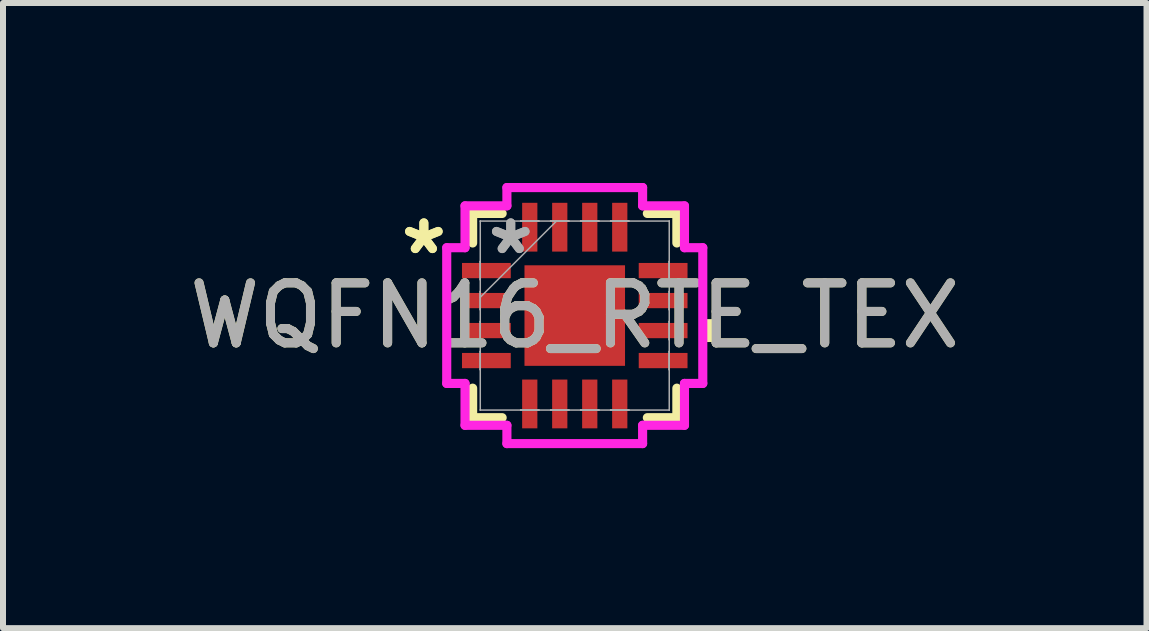
<source format=kicad_pcb>
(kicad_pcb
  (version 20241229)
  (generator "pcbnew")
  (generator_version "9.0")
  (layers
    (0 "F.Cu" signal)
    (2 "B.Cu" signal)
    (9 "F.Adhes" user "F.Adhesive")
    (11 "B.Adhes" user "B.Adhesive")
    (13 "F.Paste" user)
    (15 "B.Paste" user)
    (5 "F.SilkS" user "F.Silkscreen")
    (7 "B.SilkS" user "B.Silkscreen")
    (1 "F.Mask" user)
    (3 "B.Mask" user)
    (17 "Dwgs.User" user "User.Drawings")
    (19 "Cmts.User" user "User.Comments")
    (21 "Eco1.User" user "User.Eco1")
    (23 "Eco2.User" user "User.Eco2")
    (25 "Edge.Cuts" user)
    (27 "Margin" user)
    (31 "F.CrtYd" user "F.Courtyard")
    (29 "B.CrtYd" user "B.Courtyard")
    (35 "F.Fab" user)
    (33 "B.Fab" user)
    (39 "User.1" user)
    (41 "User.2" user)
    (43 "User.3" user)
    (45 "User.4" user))
  (footprint "WQFN16_RTE_TEX"
    (layer "F.Cu")
    (at 6.53 2.21)
    (property "Reference" "WQFN16_RTE_TEX" (at 0 0 0) (unlocked yes) (layer "F.SilkS") (effects (font (size 1 1) (thickness 0.15))))
    (attr smd)
    (fp_line (start -1.702 -1.702) (end -1.702 -1.21) (stroke (width 0.152) (type solid)) (layer "F.SilkS"))
    (fp_line (start -1.702 1.21) (end -1.702 1.702) (stroke (width 0.152) (type solid)) (layer "F.SilkS"))
    (fp_line (start -1.702 1.702) (end -1.21 1.702) (stroke (width 0.152) (type solid)) (layer "F.SilkS"))
    (fp_line (start -1.21 -1.702) (end -1.702 -1.702) (stroke (width 0.152) (type solid)) (layer "F.SilkS"))
    (fp_line (start 1.21 1.702) (end 1.702 1.702) (stroke (width 0.152) (type solid)) (layer "F.SilkS"))
    (fp_line (start 1.702 -1.702) (end 1.21 -1.702) (stroke (width 0.152) (type solid)) (layer "F.SilkS"))
    (fp_line (start 1.702 -1.21) (end 1.702 -1.702) (stroke (width 0.152) (type solid)) (layer "F.SilkS"))
    (fp_line (start 1.702 1.702) (end 1.702 1.21) (stroke (width 0.152) (type solid)) (layer "F.SilkS"))
    (fp_poly (pts (xy 2.388 0.059) (xy 2.388 0.441) (xy 2.134 0.441) (xy 2.134 0.059)) (stroke (width 0) (type solid)) (fill yes) (layer "F.SilkS"))
    (fp_line (start -2.134 -1.131) (end -1.829 -1.131) (stroke (width 0.152) (type solid)) (layer "F.CrtYd"))
    (fp_line (start -2.134 1.131) (end -2.134 -1.131) (stroke (width 0.152) (type solid)) (layer "F.CrtYd"))
    (fp_line (start -1.829 -1.829) (end -1.131 -1.829) (stroke (width 0.152) (type solid)) (layer "F.CrtYd"))
    (fp_line (start -1.829 -1.131) (end -1.829 -1.829) (stroke (width 0.152) (type solid)) (layer "F.CrtYd"))
    (fp_line (start -1.829 1.131) (end -2.134 1.131) (stroke (width 0.152) (type solid)) (layer "F.CrtYd"))
    (fp_line (start -1.829 1.829) (end -1.829 1.131) (stroke (width 0.152) (type solid)) (layer "F.CrtYd"))
    (fp_line (start -1.131 -2.134) (end 1.131 -2.134) (stroke (width 0.152) (type solid)) (layer "F.CrtYd"))
    (fp_line (start -1.131 -1.829) (end -1.131 -2.134) (stroke (width 0.152) (type solid)) (layer "F.CrtYd"))
    (fp_line (start -1.131 1.829) (end -1.829 1.829) (stroke (width 0.152) (type solid)) (layer "F.CrtYd"))
    (fp_line (start -1.131 2.134) (end -1.131 1.829) (stroke (width 0.152) (type solid)) (layer "F.CrtYd"))
    (fp_line (start 1.131 -2.134) (end 1.131 -1.829) (stroke (width 0.152) (type solid)) (layer "F.CrtYd"))
    (fp_line (start 1.131 -1.829) (end 1.829 -1.829) (stroke (width 0.152) (type solid)) (layer "F.CrtYd"))
    (fp_line (start 1.131 1.829) (end 1.131 2.134) (stroke (width 0.152) (type solid)) (layer "F.CrtYd"))
    (fp_line (start 1.131 2.134) (end -1.131 2.134) (stroke (width 0.152) (type solid)) (layer "F.CrtYd"))
    (fp_line (start 1.829 -1.829) (end 1.829 -1.131) (stroke (width 0.152) (type solid)) (layer "F.CrtYd"))
    (fp_line (start 1.829 -1.131) (end 2.134 -1.131) (stroke (width 0.152) (type solid)) (layer "F.CrtYd"))
    (fp_line (start 1.829 1.131) (end 1.829 1.829) (stroke (width 0.152) (type solid)) (layer "F.CrtYd"))
    (fp_line (start 1.829 1.829) (end 1.131 1.829) (stroke (width 0.152) (type solid)) (layer "F.CrtYd"))
    (fp_line (start 2.134 -1.131) (end 2.134 1.131) (stroke (width 0.152) (type solid)) (layer "F.CrtYd"))
    (fp_line (start 2.134 1.131) (end 1.829 1.131) (stroke (width 0.152) (type solid)) (layer "F.CrtYd"))
    (fp_line (start -1.575 -1.575) (end -1.575 -1.575) (stroke (width 0.025) (type solid)) (layer "F.Fab"))
    (fp_line (start -1.575 -1.575) (end -1.575 1.575) (stroke (width 0.025) (type solid)) (layer "F.Fab"))
    (fp_line (start -1.575 -0.902) (end -1.575 -0.902) (stroke (width 0.025) (type solid)) (layer "F.Fab"))
    (fp_line (start -1.575 -0.902) (end -1.575 -0.598) (stroke (width 0.025) (type solid)) (layer "F.Fab"))
    (fp_line (start -1.575 -0.598) (end -1.575 -0.902) (stroke (width 0.025) (type solid)) (layer "F.Fab"))
    (fp_line (start -1.575 -0.598) (end -1.575 -0.598) (stroke (width 0.025) (type solid)) (layer "F.Fab"))
    (fp_line (start -1.575 -0.402) (end -1.575 -0.402) (stroke (width 0.025) (type solid)) (layer "F.Fab"))
    (fp_line (start -1.575 -0.402) (end -1.575 -0.098) (stroke (width 0.025) (type solid)) (layer "F.Fab"))
    (fp_line (start -1.575 -0.305) (end -0.305 -1.575) (stroke (width 0.025) (type solid)) (layer "F.Fab"))
    (fp_line (start -1.575 -0.098) (end -1.575 -0.402) (stroke (width 0.025) (type solid)) (layer "F.Fab"))
    (fp_line (start -1.575 -0.098) (end -1.575 -0.098) (stroke (width 0.025) (type solid)) (layer "F.Fab"))
    (fp_line (start -1.575 0.098) (end -1.575 0.098) (stroke (width 0.025) (type solid)) (layer "F.Fab"))
    (fp_line (start -1.575 0.098) (end -1.575 0.402) (stroke (width 0.025) (type solid)) (layer "F.Fab"))
    (fp_line (start -1.575 0.402) (end -1.575 0.098) (stroke (width 0.025) (type solid)) (layer "F.Fab"))
    (fp_line (start -1.575 0.402) (end -1.575 0.402) (stroke (width 0.025) (type solid)) (layer "F.Fab"))
    (fp_line (start -1.575 0.598) (end -1.575 0.598) (stroke (width 0.025) (type solid)) (layer "F.Fab"))
    (fp_line (start -1.575 0.598) (end -1.575 0.902) (stroke (width 0.025) (type solid)) (layer "F.Fab"))
    (fp_line (start -1.575 0.902) (end -1.575 0.598) (stroke (width 0.025) (type solid)) (layer "F.Fab"))
    (fp_line (start -1.575 0.902) (end -1.575 0.902) (stroke (width 0.025) (type solid)) (layer "F.Fab"))
    (fp_line (start -1.575 1.575) (end -1.575 1.575) (stroke (width 0.025) (type solid)) (layer "F.Fab"))
    (fp_line (start -1.575 1.575) (end 1.575 1.575) (stroke (width 0.025) (type solid)) (layer "F.Fab"))
    (fp_line (start -0.902 -1.575) (end -0.902 -1.575) (stroke (width 0.025) (type solid)) (layer "F.Fab"))
    (fp_line (start -0.902 -1.575) (end -0.598 -1.575) (stroke (width 0.025) (type solid)) (layer "F.Fab"))
    (fp_line (start -0.902 1.575) (end -0.902 1.575) (stroke (width 0.025) (type solid)) (layer "F.Fab"))
    (fp_line (start -0.902 1.575) (end -0.598 1.575) (stroke (width 0.025) (type solid)) (layer "F.Fab"))
    (fp_line (start -0.598 -1.575) (end -0.902 -1.575) (stroke (width 0.025) (type solid)) (layer "F.Fab"))
    (fp_line (start -0.598 -1.575) (end -0.598 -1.575) (stroke (width 0.025) (type solid)) (layer "F.Fab"))
    (fp_line (start -0.598 1.575) (end -0.902 1.575) (stroke (width 0.025) (type solid)) (layer "F.Fab"))
    (fp_line (start -0.598 1.575) (end -0.598 1.575) (stroke (width 0.025) (type solid)) (layer "F.Fab"))
    (fp_line (start -0.402 -1.575) (end -0.402 -1.575) (stroke (width 0.025) (type solid)) (layer "F.Fab"))
    (fp_line (start -0.402 -1.575) (end -0.098 -1.575) (stroke (width 0.025) (type solid)) (layer "F.Fab"))
    (fp_line (start -0.402 1.575) (end -0.402 1.575) (stroke (width 0.025) (type solid)) (layer "F.Fab"))
    (fp_line (start -0.402 1.575) (end -0.098 1.575) (stroke (width 0.025) (type solid)) (layer "F.Fab"))
    (fp_line (start -0.098 -1.575) (end -0.402 -1.575) (stroke (width 0.025) (type solid)) (layer "F.Fab"))
    (fp_line (start -0.098 -1.575) (end -0.098 -1.575) (stroke (width 0.025) (type solid)) (layer "F.Fab"))
    (fp_line (start -0.098 1.575) (end -0.402 1.575) (stroke (width 0.025) (type solid)) (layer "F.Fab"))
    (fp_line (start -0.098 1.575) (end -0.098 1.575) (stroke (width 0.025) (type solid)) (layer "F.Fab"))
    (fp_line (start 0.098 -1.575) (end 0.098 -1.575) (stroke (width 0.025) (type solid)) (layer "F.Fab"))
    (fp_line (start 0.098 -1.575) (end 0.402 -1.575) (stroke (width 0.025) (type solid)) (layer "F.Fab"))
    (fp_line (start 0.098 1.575) (end 0.098 1.575) (stroke (width 0.025) (type solid)) (layer "F.Fab"))
    (fp_line (start 0.098 1.575) (end 0.402 1.575) (stroke (width 0.025) (type solid)) (layer "F.Fab"))
    (fp_line (start 0.402 -1.575) (end 0.098 -1.575) (stroke (width 0.025) (type solid)) (layer "F.Fab"))
    (fp_line (start 0.402 -1.575) (end 0.402 -1.575) (stroke (width 0.025) (type solid)) (layer "F.Fab"))
    (fp_line (start 0.402 1.575) (end 0.098 1.575) (stroke (width 0.025) (type solid)) (layer "F.Fab"))
    (fp_line (start 0.402 1.575) (end 0.402 1.575) (stroke (width 0.025) (type solid)) (layer "F.Fab"))
    (fp_line (start 0.598 -1.575) (end 0.598 -1.575) (stroke (width 0.025) (type solid)) (layer "F.Fab"))
    (fp_line (start 0.598 -1.575) (end 0.902 -1.575) (stroke (width 0.025) (type solid)) (layer "F.Fab"))
    (fp_line (start 0.598 1.575) (end 0.598 1.575) (stroke (width 0.025) (type solid)) (layer "F.Fab"))
    (fp_line (start 0.598 1.575) (end 0.902 1.575) (stroke (width 0.025) (type solid)) (layer "F.Fab"))
    (fp_line (start 0.902 -1.575) (end 0.598 -1.575) (stroke (width 0.025) (type solid)) (layer "F.Fab"))
    (fp_line (start 0.902 -1.575) (end 0.902 -1.575) (stroke (width 0.025) (type solid)) (layer "F.Fab"))
    (fp_line (start 0.902 1.575) (end 0.598 1.575) (stroke (width 0.025) (type solid)) (layer "F.Fab"))
    (fp_line (start 0.902 1.575) (end 0.902 1.575) (stroke (width 0.025) (type solid)) (layer "F.Fab"))
    (fp_line (start 1.575 -1.575) (end -1.575 -1.575) (stroke (width 0.025) (type solid)) (layer "F.Fab"))
    (fp_line (start 1.575 -1.575) (end 1.575 -1.575) (stroke (width 0.025) (type solid)) (layer "F.Fab"))
    (fp_line (start 1.575 -0.902) (end 1.575 -0.902) (stroke (width 0.025) (type solid)) (layer "F.Fab"))
    (fp_line (start 1.575 -0.902) (end 1.575 -0.598) (stroke (width 0.025) (type solid)) (layer "F.Fab"))
    (fp_line (start 1.575 -0.598) (end 1.575 -0.902) (stroke (width 0.025) (type solid)) (layer "F.Fab"))
    (fp_line (start 1.575 -0.598) (end 1.575 -0.598) (stroke (width 0.025) (type solid)) (layer "F.Fab"))
    (fp_line (start 1.575 -0.402) (end 1.575 -0.402) (stroke (width 0.025) (type solid)) (layer "F.Fab"))
    (fp_line (start 1.575 -0.402) (end 1.575 -0.098) (stroke (width 0.025) (type solid)) (layer "F.Fab"))
    (fp_line (start 1.575 -0.098) (end 1.575 -0.402) (stroke (width 0.025) (type solid)) (layer "F.Fab"))
    (fp_line (start 1.575 -0.098) (end 1.575 -0.098) (stroke (width 0.025) (type solid)) (layer "F.Fab"))
    (fp_line (start 1.575 0.098) (end 1.575 0.098) (stroke (width 0.025) (type solid)) (layer "F.Fab"))
    (fp_line (start 1.575 0.098) (end 1.575 0.402) (stroke (width 0.025) (type solid)) (layer "F.Fab"))
    (fp_line (start 1.575 0.402) (end 1.575 0.098) (stroke (width 0.025) (type solid)) (layer "F.Fab"))
    (fp_line (start 1.575 0.402) (end 1.575 0.402) (stroke (width 0.025) (type solid)) (layer "F.Fab"))
    (fp_line (start 1.575 0.598) (end 1.575 0.598) (stroke (width 0.025) (type solid)) (layer "F.Fab"))
    (fp_line (start 1.575 0.598) (end 1.575 0.902) (stroke (width 0.025) (type solid)) (layer "F.Fab"))
    (fp_line (start 1.575 0.902) (end 1.575 0.598) (stroke (width 0.025) (type solid)) (layer "F.Fab"))
    (fp_line (start 1.575 0.902) (end 1.575 0.902) (stroke (width 0.025) (type solid)) (layer "F.Fab"))
    (fp_line (start 1.575 1.575) (end 1.575 -1.575) (stroke (width 0.025) (type solid)) (layer "F.Fab"))
    (fp_line (start 1.575 1.575) (end 1.575 1.575) (stroke (width 0.025) (type solid)) (layer "F.Fab"))
    (fp_text user "*" (at -2.515 -1 0) (layer "F.SilkS") (effects (font (size 1 1) (thickness 0.15))))
    (fp_text user "*" (at -2.515 -1 0) (unlocked yes) (layer "F.SilkS") (effects (font (size 1 1) (thickness 0.15))))
    (fp_text user "*" (at -1.067 -1 0) (layer "F.Fab") (effects (font (size 1 1) (thickness 0.15))))
    (fp_text user "*" (at -1.067 -1 0) (unlocked yes) (layer "F.Fab") (effects (font (size 1 1) (thickness 0.15))))
    (fp_text user "${REFERENCE}" (at 0 0 0) (unlocked yes) (layer "F.Fab") (effects (font (size 1 1) (thickness 0.15))))
    (pad "1" smd rect (at -1.473 -0.75 90) (size 0.254 0.813) (layers "F.Cu" "F.Mask" "F.Paste"))
    (pad "2" smd rect (at -1.473 -0.25 90) (size 0.254 0.813) (layers "F.Cu" "F.Mask" "F.Paste"))
    (pad "3" smd rect (at -1.473 0.25 90) (size 0.254 0.813) (layers "F.Cu" "F.Mask" "F.Paste"))
    (pad "4" smd rect (at -1.473 0.75 90) (size 0.254 0.813) (layers "F.Cu" "F.Mask" "F.Paste"))
    (pad "5" smd rect (at -0.75 1.473) (size 0.254 0.813) (layers "F.Cu" "F.Mask" "F.Paste"))
    (pad "6" smd rect (at -0.25 1.473) (size 0.254 0.813) (layers "F.Cu" "F.Mask" "F.Paste"))
    (pad "7" smd rect (at 0.25 1.473) (size 0.254 0.813) (layers "F.Cu" "F.Mask" "F.Paste"))
    (pad "8" smd rect (at 0.75 1.473) (size 0.254 0.813) (layers "F.Cu" "F.Mask" "F.Paste"))
    (pad "9" smd rect (at 1.473 0.75 90) (size 0.254 0.813) (layers "F.Cu" "F.Mask" "F.Paste"))
    (pad "10" smd rect (at 1.473 0.25 90) (size 0.254 0.813) (layers "F.Cu" "F.Mask" "F.Paste"))
    (pad "11" smd rect (at 1.473 -0.25 90) (size 0.254 0.813) (layers "F.Cu" "F.Mask" "F.Paste"))
    (pad "12" smd rect (at 1.473 -0.75 90) (size 0.254 0.813) (layers "F.Cu" "F.Mask" "F.Paste"))
    (pad "13" smd rect (at 0.75 -1.473) (size 0.254 0.813) (layers "F.Cu" "F.Mask" "F.Paste"))
    (pad "14" smd rect (at 0.25 -1.473) (size 0.254 0.813) (layers "F.Cu" "F.Mask" "F.Paste"))
    (pad "15" smd rect (at -0.25 -1.473) (size 0.254 0.813) (layers "F.Cu" "F.Mask" "F.Paste"))
    (pad "16" smd rect (at -0.75 -1.473) (size 0.254 0.813) (layers "F.Cu" "F.Mask" "F.Paste"))
    (pad "17" smd rect (at 0 0) (size 1.676 1.676) (layers "F.Cu" "F.Mask" "F.Paste")))
  (gr_rect
    (start -3 -3)
    (end 16.06 7.42)
    (stroke (width 0.1) (type default))
    (fill no)
    (layer "Edge.Cuts")))
</source>
